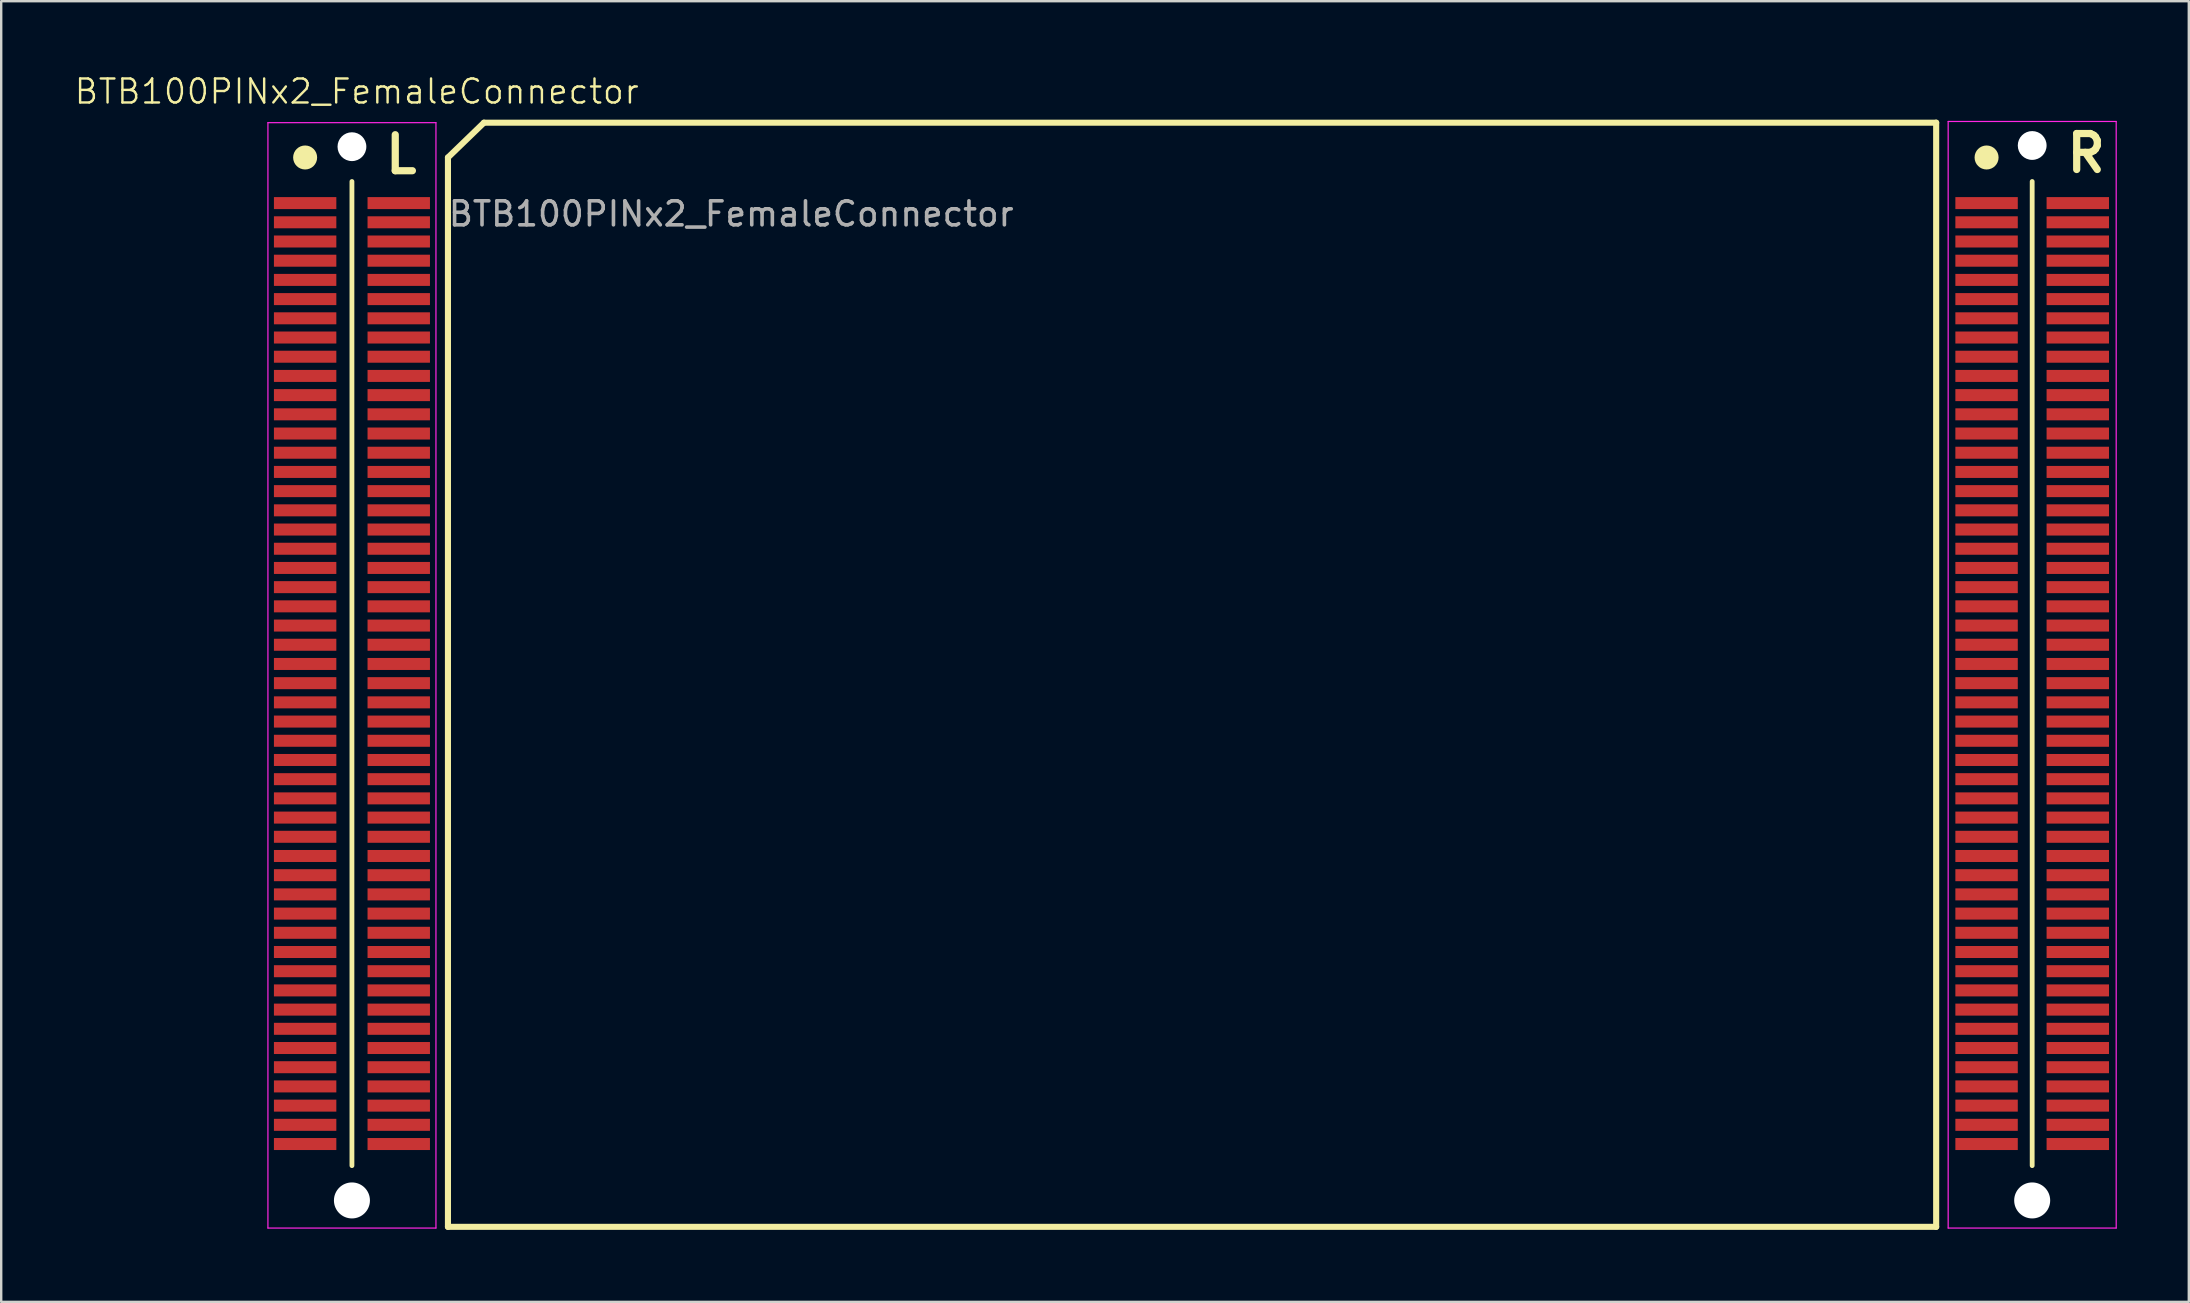
<source format=kicad_pcb>
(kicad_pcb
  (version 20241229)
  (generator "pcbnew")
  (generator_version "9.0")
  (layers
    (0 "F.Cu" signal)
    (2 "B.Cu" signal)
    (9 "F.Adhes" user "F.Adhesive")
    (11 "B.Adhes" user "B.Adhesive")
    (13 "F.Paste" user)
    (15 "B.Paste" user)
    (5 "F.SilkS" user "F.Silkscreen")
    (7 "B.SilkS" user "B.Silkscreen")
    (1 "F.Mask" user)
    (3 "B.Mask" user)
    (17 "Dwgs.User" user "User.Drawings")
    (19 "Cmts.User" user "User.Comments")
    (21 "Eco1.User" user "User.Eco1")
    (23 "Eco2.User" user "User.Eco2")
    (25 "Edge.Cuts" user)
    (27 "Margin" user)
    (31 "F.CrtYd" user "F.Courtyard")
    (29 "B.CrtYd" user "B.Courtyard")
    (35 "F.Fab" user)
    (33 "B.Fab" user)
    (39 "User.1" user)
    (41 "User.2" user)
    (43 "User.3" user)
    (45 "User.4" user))
  (footprint "BTB100PINx2_FemaleConnector"
    (layer "F.Cu")
    (at 46.612 25.011)
    (property "Reference" "BTB100PINx2_FemaleConnector" (at -34.8 -24.25 0) (unlocked yes) (layer "F.SilkS") (effects (font (size 1 1) (thickness 0.1))))
    (attr smd)
    (fp_line (start -35 -20.5) (end -35 20.5) (stroke (width 0.2) (type default)) (layer "F.SilkS"))
    (fp_line (start -31 23.05) (end -31 -21.5) (stroke (width 0.254) (type solid)) (layer "F.SilkS"))
    (fp_line (start -29.5 -22.95) (end -31 -21.5) (stroke (width 0.254) (type solid)) (layer "F.SilkS"))
    (fp_line (start 31 -22.95) (end -29.5 -22.95) (stroke (width 0.254) (type solid)) (layer "F.SilkS"))
    (fp_line (start 31 23.05) (end -31 23.05) (stroke (width 0.254) (type solid)) (layer "F.SilkS"))
    (fp_line (start 31 23.05) (end 31 -22.95) (stroke (width 0.254) (type solid)) (layer "F.SilkS"))
    (fp_line (start 35 -20.5) (end 35 20.5) (stroke (width 0.2) (type default)) (layer "F.SilkS"))
    (fp_circle (center -36.95 -21.5) (end -36.7 -21.5) (stroke (width 0.5) (type default)) (fill no) (layer "F.SilkS"))
    (fp_circle (center 33.1 -21.5) (end 33.35 -21.5) (stroke (width 0.5) (type default)) (fill no) (layer "F.SilkS"))
    (fp_line (start -38.5 23.1) (end -38.5 -22.95) (stroke (width 0.05) (type solid)) (layer "F.CrtYd"))
    (fp_line (start -31.5 -22.95) (end -38.5 -22.95) (stroke (width 0.05) (type solid)) (layer "F.CrtYd"))
    (fp_line (start -31.5 23.1) (end -38.5 23.1) (stroke (width 0.05) (type solid)) (layer "F.CrtYd"))
    (fp_line (start -31.5 23.1) (end -31.5 -22.95) (stroke (width 0.05) (type solid)) (layer "F.CrtYd"))
    (fp_line (start 31.5 23.1) (end 31.5 -23) (stroke (width 0.05) (type solid)) (layer "F.CrtYd"))
    (fp_line (start 38.5 -23) (end 31.5 -23) (stroke (width 0.05) (type solid)) (layer "F.CrtYd"))
    (fp_line (start 38.5 23.1) (end 31.5 23.1) (stroke (width 0.05) (type solid)) (layer "F.CrtYd"))
    (fp_line (start 38.5 23.1) (end 38.5 -23) (stroke (width 0.05) (type solid)) (layer "F.CrtYd"))
    (fp_text user "L" (at -33.75 -20.75 0) (unlocked yes) (layer "F.SilkS") (effects (font (size 1.5 1.5) (thickness 0.3) (bold yes)) (justify left bottom)))
    (fp_text user "R" (at 36.3 -20.8 0) (unlocked yes) (layer "F.SilkS") (effects (font (size 1.5 1.5) (thickness 0.3) (bold yes)) (justify left bottom)))
    (fp_text user "${REFERENCE}" (at -19.2 -19.15 0) (unlocked yes) (layer "F.Fab") (effects (font (size 1 1) (thickness 0.15))))
    (pad "" np_thru_hole circle (at -35 -21.95) (size 1.2 1.2) (drill 1.2) (layers "*.Cu" "*.Mask"))
    (pad "" np_thru_hole circle (at -35 21.95) (size 1.5 1.5) (drill 1.5) (layers "*.Cu" "*.Mask"))
    (pad "" np_thru_hole circle (at 35 -22) (size 1.2 1.2) (drill 1.2) (layers "*.Cu" "*.Mask"))
    (pad "" np_thru_hole circle (at 35 21.95) (size 1.5 1.5) (drill 1.5) (layers "*.Cu" "*.Mask"))
    (pad "1" smd rect (at -36.95 -19.6) (size 2.6 0.5) (layers "F.Cu" "F.Mask" "F.Paste"))
    (pad "2" smd rect (at -36.95 -18.8) (size 2.6 0.5) (layers "F.Cu" "F.Mask" "F.Paste"))
    (pad "3" smd rect (at -36.95 -18) (size 2.6 0.5) (layers "F.Cu" "F.Mask" "F.Paste"))
    (pad "4" smd rect (at -36.95 -17.2) (size 2.6 0.5) (layers "F.Cu" "F.Mask" "F.Paste"))
    (pad "5" smd rect (at -36.95 -16.4) (size 2.6 0.5) (layers "F.Cu" "F.Mask" "F.Paste"))
    (pad "6" smd rect (at -36.95 -15.6) (size 2.6 0.5) (layers "F.Cu" "F.Mask" "F.Paste"))
    (pad "7" smd rect (at -36.95 -14.8) (size 2.6 0.5) (layers "F.Cu" "F.Mask" "F.Paste"))
    (pad "8" smd rect (at -36.95 -14) (size 2.6 0.5) (layers "F.Cu" "F.Mask" "F.Paste"))
    (pad "9" smd rect (at -36.95 -13.2) (size 2.6 0.5) (layers "F.Cu" "F.Mask" "F.Paste"))
    (pad "10" smd rect (at -36.95 -12.4) (size 2.6 0.5) (layers "F.Cu" "F.Mask" "F.Paste"))
    (pad "11" smd rect (at -36.95 -11.6) (size 2.6 0.5) (layers "F.Cu" "F.Mask" "F.Paste"))
    (pad "12" smd rect (at -36.95 -10.8) (size 2.6 0.5) (layers "F.Cu" "F.Mask" "F.Paste"))
    (pad "13" smd rect (at -36.95 -10) (size 2.6 0.5) (layers "F.Cu" "F.Mask" "F.Paste"))
    (pad "14" smd rect (at -36.95 -9.2) (size 2.6 0.5) (layers "F.Cu" "F.Mask" "F.Paste"))
    (pad "15" smd rect (at -36.95 -8.4) (size 2.6 0.5) (layers "F.Cu" "F.Mask" "F.Paste"))
    (pad "16" smd rect (at -36.95 -7.6) (size 2.6 0.5) (layers "F.Cu" "F.Mask" "F.Paste"))
    (pad "17" smd rect (at -36.95 -6.8) (size 2.6 0.5) (layers "F.Cu" "F.Mask" "F.Paste"))
    (pad "18" smd rect (at -36.95 -6) (size 2.6 0.5) (layers "F.Cu" "F.Mask" "F.Paste"))
    (pad "19" smd rect (at -36.95 -5.2) (size 2.6 0.5) (layers "F.Cu" "F.Mask" "F.Paste"))
    (pad "20" smd rect (at -36.95 -4.4) (size 2.6 0.5) (layers "F.Cu" "F.Mask" "F.Paste"))
    (pad "21" smd rect (at -36.95 -3.6) (size 2.6 0.5) (layers "F.Cu" "F.Mask" "F.Paste"))
    (pad "22" smd rect (at -36.95 -2.8) (size 2.6 0.5) (layers "F.Cu" "F.Mask" "F.Paste"))
    (pad "23" smd rect (at -36.95 -2) (size 2.6 0.5) (layers "F.Cu" "F.Mask" "F.Paste"))
    (pad "24" smd rect (at -36.95 -1.2) (size 2.6 0.5) (layers "F.Cu" "F.Mask" "F.Paste"))
    (pad "25" smd rect (at -36.95 -0.4) (size 2.6 0.5) (layers "F.Cu" "F.Mask" "F.Paste"))
    (pad "26" smd rect (at -36.95 0.4) (size 2.6 0.5) (layers "F.Cu" "F.Mask" "F.Paste"))
    (pad "27" smd rect (at -36.95 1.2) (size 2.6 0.5) (layers "F.Cu" "F.Mask" "F.Paste"))
    (pad "28" smd rect (at -36.95 2) (size 2.6 0.5) (layers "F.Cu" "F.Mask" "F.Paste"))
    (pad "29" smd rect (at -36.95 2.8) (size 2.6 0.5) (layers "F.Cu" "F.Mask" "F.Paste"))
    (pad "30" smd rect (at -36.95 3.6) (size 2.6 0.5) (layers "F.Cu" "F.Mask" "F.Paste"))
    (pad "31" smd rect (at -36.95 4.4) (size 2.6 0.5) (layers "F.Cu" "F.Mask" "F.Paste"))
    (pad "32" smd rect (at -36.95 5.2) (size 2.6 0.5) (layers "F.Cu" "F.Mask" "F.Paste"))
    (pad "33" smd rect (at -36.95 6) (size 2.6 0.5) (layers "F.Cu" "F.Mask" "F.Paste"))
    (pad "34" smd rect (at -36.95 6.8) (size 2.6 0.5) (layers "F.Cu" "F.Mask" "F.Paste"))
    (pad "35" smd rect (at -36.95 7.6) (size 2.6 0.5) (layers "F.Cu" "F.Mask" "F.Paste"))
    (pad "36" smd rect (at -36.95 8.4) (size 2.6 0.5) (layers "F.Cu" "F.Mask" "F.Paste"))
    (pad "37" smd rect (at -36.95 9.2) (size 2.6 0.5) (layers "F.Cu" "F.Mask" "F.Paste"))
    (pad "38" smd rect (at -36.95 10) (size 2.6 0.5) (layers "F.Cu" "F.Mask" "F.Paste"))
    (pad "39" smd rect (at -36.95 10.8) (size 2.6 0.5) (layers "F.Cu" "F.Mask" "F.Paste"))
    (pad "40" smd rect (at -36.95 11.6) (size 2.6 0.5) (layers "F.Cu" "F.Mask" "F.Paste"))
    (pad "41" smd rect (at -36.95 12.4) (size 2.6 0.5) (layers "F.Cu" "F.Mask" "F.Paste"))
    (pad "42" smd rect (at -36.95 13.2) (size 2.6 0.5) (layers "F.Cu" "F.Mask" "F.Paste"))
    (pad "43" smd rect (at -36.95 14) (size 2.6 0.5) (layers "F.Cu" "F.Mask" "F.Paste"))
    (pad "44" smd rect (at -36.95 14.8) (size 2.6 0.5) (layers "F.Cu" "F.Mask" "F.Paste"))
    (pad "45" smd rect (at -36.95 15.6) (size 2.6 0.5) (layers "F.Cu" "F.Mask" "F.Paste"))
    (pad "46" smd rect (at -36.95 16.4) (size 2.6 0.5) (layers "F.Cu" "F.Mask" "F.Paste"))
    (pad "47" smd rect (at -36.95 17.2) (size 2.6 0.5) (layers "F.Cu" "F.Mask" "F.Paste"))
    (pad "48" smd rect (at -36.95 18) (size 2.6 0.5) (layers "F.Cu" "F.Mask" "F.Paste"))
    (pad "49" smd rect (at -36.95 18.8) (size 2.6 0.5) (layers "F.Cu" "F.Mask" "F.Paste"))
    (pad "50" smd rect (at -36.95 19.6) (size 2.6 0.5) (layers "F.Cu" "F.Mask" "F.Paste"))
    (pad "51" smd rect (at -33.05 -19.6) (size 2.6 0.5) (layers "F.Cu" "F.Mask" "F.Paste"))
    (pad "52" smd rect (at -33.05 -18.8) (size 2.6 0.5) (layers "F.Cu" "F.Mask" "F.Paste"))
    (pad "53" smd rect (at -33.05 -18) (size 2.6 0.5) (layers "F.Cu" "F.Mask" "F.Paste"))
    (pad "54" smd rect (at -33.05 -17.2) (size 2.6 0.5) (layers "F.Cu" "F.Mask" "F.Paste"))
    (pad "55" smd rect (at -33.05 -16.4) (size 2.6 0.5) (layers "F.Cu" "F.Mask" "F.Paste"))
    (pad "56" smd rect (at -33.05 -15.6) (size 2.6 0.5) (layers "F.Cu" "F.Mask" "F.Paste"))
    (pad "57" smd rect (at -33.05 -14.8) (size 2.6 0.5) (layers "F.Cu" "F.Mask" "F.Paste"))
    (pad "58" smd rect (at -33.05 -14) (size 2.6 0.5) (layers "F.Cu" "F.Mask" "F.Paste"))
    (pad "59" smd rect (at -33.05 -13.2) (size 2.6 0.5) (layers "F.Cu" "F.Mask" "F.Paste"))
    (pad "60" smd rect (at -33.05 -12.4) (size 2.6 0.5) (layers "F.Cu" "F.Mask" "F.Paste"))
    (pad "61" smd rect (at -33.05 -11.6) (size 2.6 0.5) (layers "F.Cu" "F.Mask" "F.Paste"))
    (pad "62" smd rect (at -33.05 -10.8) (size 2.6 0.5) (layers "F.Cu" "F.Mask" "F.Paste"))
    (pad "63" smd rect (at -33.05 -10) (size 2.6 0.5) (layers "F.Cu" "F.Mask" "F.Paste"))
    (pad "64" smd rect (at -33.05 -9.2) (size 2.6 0.5) (layers "F.Cu" "F.Mask" "F.Paste"))
    (pad "65" smd rect (at -33.05 -8.4) (size 2.6 0.5) (layers "F.Cu" "F.Mask" "F.Paste"))
    (pad "66" smd rect (at -33.05 -7.6) (size 2.6 0.5) (layers "F.Cu" "F.Mask" "F.Paste"))
    (pad "67" smd rect (at -33.05 -6.8) (size 2.6 0.5) (layers "F.Cu" "F.Mask" "F.Paste"))
    (pad "68" smd rect (at -33.05 -6) (size 2.6 0.5) (layers "F.Cu" "F.Mask" "F.Paste"))
    (pad "69" smd rect (at -33.05 -5.2) (size 2.6 0.5) (layers "F.Cu" "F.Mask" "F.Paste"))
    (pad "70" smd rect (at -33.05 -4.4) (size 2.6 0.5) (layers "F.Cu" "F.Mask" "F.Paste"))
    (pad "71" smd rect (at -33.05 -3.6) (size 2.6 0.5) (layers "F.Cu" "F.Mask" "F.Paste"))
    (pad "72" smd rect (at -33.05 -2.8) (size 2.6 0.5) (layers "F.Cu" "F.Mask" "F.Paste"))
    (pad "73" smd rect (at -33.05 -2) (size 2.6 0.5) (layers "F.Cu" "F.Mask" "F.Paste"))
    (pad "74" smd rect (at -33.05 -1.2) (size 2.6 0.5) (layers "F.Cu" "F.Mask" "F.Paste"))
    (pad "75" smd rect (at -33.05 -0.4) (size 2.6 0.5) (layers "F.Cu" "F.Mask" "F.Paste"))
    (pad "76" smd rect (at -33.05 0.4) (size 2.6 0.5) (layers "F.Cu" "F.Mask" "F.Paste"))
    (pad "77" smd rect (at -33.05 1.2) (size 2.6 0.5) (layers "F.Cu" "F.Mask" "F.Paste"))
    (pad "78" smd rect (at -33.05 2) (size 2.6 0.5) (layers "F.Cu" "F.Mask" "F.Paste"))
    (pad "79" smd rect (at -33.05 2.8) (size 2.6 0.5) (layers "F.Cu" "F.Mask" "F.Paste"))
    (pad "80" smd rect (at -33.05 3.6) (size 2.6 0.5) (layers "F.Cu" "F.Mask" "F.Paste"))
    (pad "81" smd rect (at -33.05 4.4) (size 2.6 0.5) (layers "F.Cu" "F.Mask" "F.Paste"))
    (pad "82" smd rect (at -33.05 5.2) (size 2.6 0.5) (layers "F.Cu" "F.Mask" "F.Paste"))
    (pad "83" smd rect (at -33.05 6) (size 2.6 0.5) (layers "F.Cu" "F.Mask" "F.Paste"))
    (pad "84" smd rect (at -33.05 6.8) (size 2.6 0.5) (layers "F.Cu" "F.Mask" "F.Paste"))
    (pad "85" smd rect (at -33.05 7.6) (size 2.6 0.5) (layers "F.Cu" "F.Mask" "F.Paste"))
    (pad "86" smd rect (at -33.05 8.4) (size 2.6 0.5) (layers "F.Cu" "F.Mask" "F.Paste"))
    (pad "87" smd rect (at -33.05 9.2) (size 2.6 0.5) (layers "F.Cu" "F.Mask" "F.Paste"))
    (pad "88" smd rect (at -33.05 10) (size 2.6 0.5) (layers "F.Cu" "F.Mask" "F.Paste"))
    (pad "89" smd rect (at -33.05 10.8) (size 2.6 0.5) (layers "F.Cu" "F.Mask" "F.Paste"))
    (pad "90" smd rect (at -33.05 11.6) (size 2.6 0.5) (layers "F.Cu" "F.Mask" "F.Paste"))
    (pad "91" smd rect (at -33.05 12.4) (size 2.6 0.5) (layers "F.Cu" "F.Mask" "F.Paste"))
    (pad "92" smd rect (at -33.05 13.2) (size 2.6 0.5) (layers "F.Cu" "F.Mask" "F.Paste"))
    (pad "93" smd rect (at -33.05 14) (size 2.6 0.5) (layers "F.Cu" "F.Mask" "F.Paste"))
    (pad "94" smd rect (at -33.05 14.8) (size 2.6 0.5) (layers "F.Cu" "F.Mask" "F.Paste"))
    (pad "95" smd rect (at -33.05 15.6) (size 2.6 0.5) (layers "F.Cu" "F.Mask" "F.Paste"))
    (pad "96" smd rect (at -33.05 16.4) (size 2.6 0.5) (layers "F.Cu" "F.Mask" "F.Paste"))
    (pad "97" smd rect (at -33.05 17.2) (size 2.6 0.5) (layers "F.Cu" "F.Mask" "F.Paste"))
    (pad "98" smd rect (at -33.05 18) (size 2.6 0.5) (layers "F.Cu" "F.Mask" "F.Paste"))
    (pad "99" smd rect (at -33.05 18.8) (size 2.6 0.5) (layers "F.Cu" "F.Mask" "F.Paste"))
    (pad "100" smd rect (at -33.05 19.6) (size 2.6 0.5) (layers "F.Cu" "F.Mask" "F.Paste"))
    (pad "101" smd rect (at 33.1 -19.6) (size 2.6 0.5) (layers "F.Cu" "F.Mask" "F.Paste"))
    (pad "102" smd rect (at 33.1 -18.8) (size 2.6 0.5) (layers "F.Cu" "F.Mask" "F.Paste"))
    (pad "103" smd rect (at 33.1 -18) (size 2.6 0.5) (layers "F.Cu" "F.Mask" "F.Paste"))
    (pad "104" smd rect (at 33.1 -17.2) (size 2.6 0.5) (layers "F.Cu" "F.Mask" "F.Paste"))
    (pad "105" smd rect (at 33.1 -16.4) (size 2.6 0.5) (layers "F.Cu" "F.Mask" "F.Paste"))
    (pad "106" smd rect (at 33.1 -15.6) (size 2.6 0.5) (layers "F.Cu" "F.Mask" "F.Paste"))
    (pad "107" smd rect (at 33.1 -14.8) (size 2.6 0.5) (layers "F.Cu" "F.Mask" "F.Paste"))
    (pad "108" smd rect (at 33.1 -14) (size 2.6 0.5) (layers "F.Cu" "F.Mask" "F.Paste"))
    (pad "109" smd rect (at 33.1 -13.2) (size 2.6 0.5) (layers "F.Cu" "F.Mask" "F.Paste"))
    (pad "110" smd rect (at 33.1 -12.4) (size 2.6 0.5) (layers "F.Cu" "F.Mask" "F.Paste"))
    (pad "111" smd rect (at 33.1 -11.6) (size 2.6 0.5) (layers "F.Cu" "F.Mask" "F.Paste"))
    (pad "112" smd rect (at 33.1 -10.8) (size 2.6 0.5) (layers "F.Cu" "F.Mask" "F.Paste"))
    (pad "113" smd rect (at 33.1 -10) (size 2.6 0.5) (layers "F.Cu" "F.Mask" "F.Paste"))
    (pad "114" smd rect (at 33.1 -9.2) (size 2.6 0.5) (layers "F.Cu" "F.Mask" "F.Paste"))
    (pad "115" smd rect (at 33.1 -8.4) (size 2.6 0.5) (layers "F.Cu" "F.Mask" "F.Paste"))
    (pad "116" smd rect (at 33.1 -7.6) (size 2.6 0.5) (layers "F.Cu" "F.Mask" "F.Paste"))
    (pad "117" smd rect (at 33.1 -6.8) (size 2.6 0.5) (layers "F.Cu" "F.Mask" "F.Paste"))
    (pad "118" smd rect (at 33.1 -6) (size 2.6 0.5) (layers "F.Cu" "F.Mask" "F.Paste"))
    (pad "119" smd rect (at 33.1 -5.2) (size 2.6 0.5) (layers "F.Cu" "F.Mask" "F.Paste"))
    (pad "120" smd rect (at 33.1 -4.4) (size 2.6 0.5) (layers "F.Cu" "F.Mask" "F.Paste"))
    (pad "121" smd rect (at 33.1 -3.6) (size 2.6 0.5) (layers "F.Cu" "F.Mask" "F.Paste"))
    (pad "122" smd rect (at 33.1 -2.8) (size 2.6 0.5) (layers "F.Cu" "F.Mask" "F.Paste"))
    (pad "123" smd rect (at 33.1 -2) (size 2.6 0.5) (layers "F.Cu" "F.Mask" "F.Paste"))
    (pad "124" smd rect (at 33.1 -1.2) (size 2.6 0.5) (layers "F.Cu" "F.Mask" "F.Paste"))
    (pad "125" smd rect (at 33.1 -0.4) (size 2.6 0.5) (layers "F.Cu" "F.Mask" "F.Paste"))
    (pad "126" smd rect (at 33.1 0.4) (size 2.6 0.5) (layers "F.Cu" "F.Mask" "F.Paste"))
    (pad "127" smd rect (at 33.1 1.2) (size 2.6 0.5) (layers "F.Cu" "F.Mask" "F.Paste"))
    (pad "128" smd rect (at 33.1 2) (size 2.6 0.5) (layers "F.Cu" "F.Mask" "F.Paste"))
    (pad "129" smd rect (at 33.1 2.8) (size 2.6 0.5) (layers "F.Cu" "F.Mask" "F.Paste"))
    (pad "130" smd rect (at 33.1 3.6) (size 2.6 0.5) (layers "F.Cu" "F.Mask" "F.Paste"))
    (pad "131" smd rect (at 33.1 4.4) (size 2.6 0.5) (layers "F.Cu" "F.Mask" "F.Paste"))
    (pad "132" smd rect (at 33.1 5.2) (size 2.6 0.5) (layers "F.Cu" "F.Mask" "F.Paste"))
    (pad "133" smd rect (at 33.1 6) (size 2.6 0.5) (layers "F.Cu" "F.Mask" "F.Paste"))
    (pad "134" smd rect (at 33.1 6.8) (size 2.6 0.5) (layers "F.Cu" "F.Mask" "F.Paste"))
    (pad "135" smd rect (at 33.1 7.6) (size 2.6 0.5) (layers "F.Cu" "F.Mask" "F.Paste"))
    (pad "136" smd rect (at 33.1 8.4) (size 2.6 0.5) (layers "F.Cu" "F.Mask" "F.Paste"))
    (pad "137" smd rect (at 33.1 9.2) (size 2.6 0.5) (layers "F.Cu" "F.Mask" "F.Paste"))
    (pad "138" smd rect (at 33.1 10) (size 2.6 0.5) (layers "F.Cu" "F.Mask" "F.Paste"))
    (pad "139" smd rect (at 33.1 10.8) (size 2.6 0.5) (layers "F.Cu" "F.Mask" "F.Paste"))
    (pad "140" smd rect (at 33.1 11.6) (size 2.6 0.5) (layers "F.Cu" "F.Mask" "F.Paste"))
    (pad "141" smd rect (at 33.1 12.4) (size 2.6 0.5) (layers "F.Cu" "F.Mask" "F.Paste"))
    (pad "142" smd rect (at 33.1 13.2) (size 2.6 0.5) (layers "F.Cu" "F.Mask" "F.Paste"))
    (pad "143" smd rect (at 33.1 14) (size 2.6 0.5) (layers "F.Cu" "F.Mask" "F.Paste"))
    (pad "144" smd rect (at 33.1 14.8) (size 2.6 0.5) (layers "F.Cu" "F.Mask" "F.Paste"))
    (pad "145" smd rect (at 33.1 15.6) (size 2.6 0.5) (layers "F.Cu" "F.Mask" "F.Paste"))
    (pad "146" smd rect (at 33.1 16.4) (size 2.6 0.5) (layers "F.Cu" "F.Mask" "F.Paste"))
    (pad "147" smd rect (at 33.1 17.2) (size 2.6 0.5) (layers "F.Cu" "F.Mask" "F.Paste"))
    (pad "148" smd rect (at 33.1 18) (size 2.6 0.5) (layers "F.Cu" "F.Mask" "F.Paste"))
    (pad "149" smd rect (at 33.1 18.8) (size 2.6 0.5) (layers "F.Cu" "F.Mask" "F.Paste"))
    (pad "150" smd rect (at 33.1 19.6) (size 2.6 0.5) (layers "F.Cu" "F.Mask" "F.Paste"))
    (pad "151" smd rect (at 36.9 -19.6) (size 2.6 0.5) (layers "F.Cu" "F.Mask" "F.Paste"))
    (pad "152" smd rect (at 36.9 -18.8) (size 2.6 0.5) (layers "F.Cu" "F.Mask" "F.Paste"))
    (pad "153" smd rect (at 36.9 -18) (size 2.6 0.5) (layers "F.Cu" "F.Mask" "F.Paste"))
    (pad "154" smd rect (at 36.9 -17.2) (size 2.6 0.5) (layers "F.Cu" "F.Mask" "F.Paste"))
    (pad "155" smd rect (at 36.9 -16.4) (size 2.6 0.5) (layers "F.Cu" "F.Mask" "F.Paste"))
    (pad "156" smd rect (at 36.9 -15.6) (size 2.6 0.5) (layers "F.Cu" "F.Mask" "F.Paste"))
    (pad "157" smd rect (at 36.9 -14.8) (size 2.6 0.5) (layers "F.Cu" "F.Mask" "F.Paste"))
    (pad "158" smd rect (at 36.9 -14) (size 2.6 0.5) (layers "F.Cu" "F.Mask" "F.Paste"))
    (pad "159" smd rect (at 36.9 -13.2) (size 2.6 0.5) (layers "F.Cu" "F.Mask" "F.Paste"))
    (pad "160" smd rect (at 36.9 -12.4) (size 2.6 0.5) (layers "F.Cu" "F.Mask" "F.Paste"))
    (pad "161" smd rect (at 36.9 -11.6) (size 2.6 0.5) (layers "F.Cu" "F.Mask" "F.Paste"))
    (pad "162" smd rect (at 36.9 -10.8) (size 2.6 0.5) (layers "F.Cu" "F.Mask" "F.Paste"))
    (pad "163" smd rect (at 36.9 -10) (size 2.6 0.5) (layers "F.Cu" "F.Mask" "F.Paste"))
    (pad "164" smd rect (at 36.9 -9.2) (size 2.6 0.5) (layers "F.Cu" "F.Mask" "F.Paste"))
    (pad "165" smd rect (at 36.9 -8.4) (size 2.6 0.5) (layers "F.Cu" "F.Mask" "F.Paste"))
    (pad "166" smd rect (at 36.9 -7.6) (size 2.6 0.5) (layers "F.Cu" "F.Mask" "F.Paste"))
    (pad "167" smd rect (at 36.9 -6.8) (size 2.6 0.5) (layers "F.Cu" "F.Mask" "F.Paste"))
    (pad "168" smd rect (at 36.9 -6) (size 2.6 0.5) (layers "F.Cu" "F.Mask" "F.Paste"))
    (pad "169" smd rect (at 36.9 -5.2) (size 2.6 0.5) (layers "F.Cu" "F.Mask" "F.Paste"))
    (pad "170" smd rect (at 36.9 -4.4) (size 2.6 0.5) (layers "F.Cu" "F.Mask" "F.Paste"))
    (pad "171" smd rect (at 36.9 -3.6) (size 2.6 0.5) (layers "F.Cu" "F.Mask" "F.Paste"))
    (pad "172" smd rect (at 36.9 -2.8) (size 2.6 0.5) (layers "F.Cu" "F.Mask" "F.Paste"))
    (pad "173" smd rect (at 36.9 -2) (size 2.6 0.5) (layers "F.Cu" "F.Mask" "F.Paste"))
    (pad "174" smd rect (at 36.9 -1.2) (size 2.6 0.5) (layers "F.Cu" "F.Mask" "F.Paste"))
    (pad "175" smd rect (at 36.9 -0.4) (size 2.6 0.5) (layers "F.Cu" "F.Mask" "F.Paste"))
    (pad "176" smd rect (at 36.9 0.4) (size 2.6 0.5) (layers "F.Cu" "F.Mask" "F.Paste"))
    (pad "177" smd rect (at 36.9 1.2) (size 2.6 0.5) (layers "F.Cu" "F.Mask" "F.Paste"))
    (pad "178" smd rect (at 36.9 2) (size 2.6 0.5) (layers "F.Cu" "F.Mask" "F.Paste"))
    (pad "179" smd rect (at 36.9 2.8) (size 2.6 0.5) (layers "F.Cu" "F.Mask" "F.Paste"))
    (pad "180" smd rect (at 36.9 3.6) (size 2.6 0.5) (layers "F.Cu" "F.Mask" "F.Paste"))
    (pad "181" smd rect (at 36.9 4.4) (size 2.6 0.5) (layers "F.Cu" "F.Mask" "F.Paste"))
    (pad "182" smd rect (at 36.9 5.2) (size 2.6 0.5) (layers "F.Cu" "F.Mask" "F.Paste"))
    (pad "183" smd rect (at 36.9 6) (size 2.6 0.5) (layers "F.Cu" "F.Mask" "F.Paste"))
    (pad "184" smd rect (at 36.9 6.8) (size 2.6 0.5) (layers "F.Cu" "F.Mask" "F.Paste"))
    (pad "185" smd rect (at 36.9 7.6) (size 2.6 0.5) (layers "F.Cu" "F.Mask" "F.Paste"))
    (pad "186" smd rect (at 36.9 8.4) (size 2.6 0.5) (layers "F.Cu" "F.Mask" "F.Paste"))
    (pad "187" smd rect (at 36.9 9.2) (size 2.6 0.5) (layers "F.Cu" "F.Mask" "F.Paste"))
    (pad "188" smd rect (at 36.9 10) (size 2.6 0.5) (layers "F.Cu" "F.Mask" "F.Paste"))
    (pad "189" smd rect (at 36.9 10.8) (size 2.6 0.5) (layers "F.Cu" "F.Mask" "F.Paste"))
    (pad "190" smd rect (at 36.9 11.6) (size 2.6 0.5) (layers "F.Cu" "F.Mask" "F.Paste"))
    (pad "191" smd rect (at 36.9 12.4) (size 2.6 0.5) (layers "F.Cu" "F.Mask" "F.Paste"))
    (pad "192" smd rect (at 36.9 13.2) (size 2.6 0.5) (layers "F.Cu" "F.Mask" "F.Paste"))
    (pad "193" smd rect (at 36.9 14) (size 2.6 0.5) (layers "F.Cu" "F.Mask" "F.Paste"))
    (pad "194" smd rect (at 36.9 14.8) (size 2.6 0.5) (layers "F.Cu" "F.Mask" "F.Paste"))
    (pad "195" smd rect (at 36.9 15.6) (size 2.6 0.5) (layers "F.Cu" "F.Mask" "F.Paste"))
    (pad "196" smd rect (at 36.9 16.4) (size 2.6 0.5) (layers "F.Cu" "F.Mask" "F.Paste"))
    (pad "197" smd rect (at 36.9 17.2) (size 2.6 0.5) (layers "F.Cu" "F.Mask" "F.Paste"))
    (pad "198" smd rect (at 36.9 18) (size 2.6 0.5) (layers "F.Cu" "F.Mask" "F.Paste"))
    (pad "199" smd rect (at 36.9 18.8) (size 2.6 0.5) (layers "F.Cu" "F.Mask" "F.Paste"))
    (pad "200" smd rect (at 36.9 19.6) (size 2.6 0.5) (layers "F.Cu" "F.Mask" "F.Paste")))
  (gr_rect
    (start -3 -3)
    (end 88.137 51.188)
    (stroke (width 0.1) (type default))
    (fill no)
    (layer "Edge.Cuts")))
</source>
